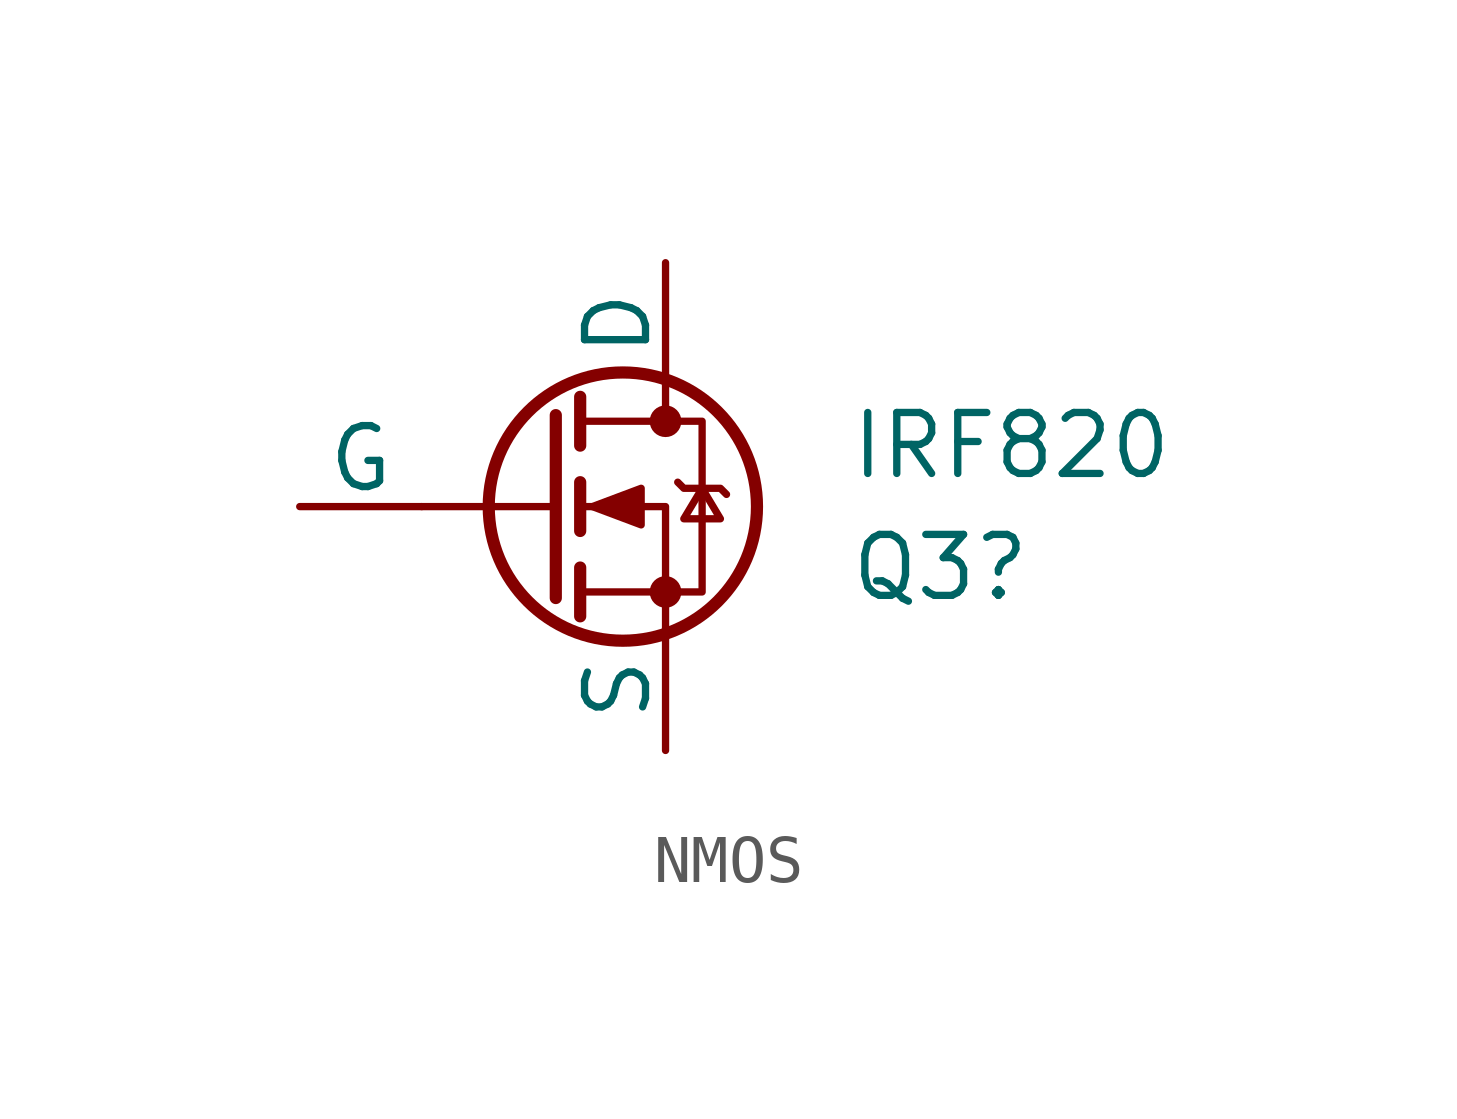
<source format=kicad_sym>
(kicad_symbol_lib
  (version 20220914)
  (generator kicad_symbol_editor)
  (symbol "NMOS"
    (pin_numbers hide)
    (pin_names
      (offset 0))
    (property "Reference" "Q3"
      (at 6.35 -1.27 0)
      (effects (font (size 1.27 1.27)) (justify left)))
    (property "Value" "IRF820"
      (at 6.35 1.27 0)
      (effects (font (size 1.27 1.27)) (justify left)))
    (symbol "NMOS_0_1"
      (polyline (pts (xy 0.254 0) (xy -2.54 0)) (stroke (width 0) (type default)) (fill (type none)))
      (polyline (pts (xy 0.254 1.905) (xy 0.254 -1.905)) (stroke (width 0.254) (type default)) (fill (type none)))
      (polyline (pts (xy 0.762 -1.27) (xy 0.762 -2.286)) (stroke (width 0.254) (type default)) (fill (type none)))
      (polyline (pts (xy 0.762 0.508) (xy 0.762 -0.508)) (stroke (width 0.254) (type default)) (fill (type none)))
      (polyline (pts (xy 0.762 2.286) (xy 0.762 1.27)) (stroke (width 0.254) (type default)) (fill (type none)))
      (polyline (pts (xy 2.54 2.54) (xy 2.54 1.778)) (stroke (width 0) (type default)) (fill (type none)))
      (polyline (pts (xy 2.54 -2.54) (xy 2.54 0) (xy 0.762 0)) (stroke (width 0) (type default)) (fill (type none)))
      (polyline (pts (xy 0.762 -1.778) (xy 3.302 -1.778) (xy 3.302 1.778) (xy 0.762 1.778)) (stroke (width 0) (type default)) (fill (type none)))
      (polyline (pts (xy 1.016 0) (xy 2.032 0.381) (xy 2.032 -0.381) (xy 1.016 0)) (stroke (width 0) (type default)) (fill (type outline)))
      (polyline (pts (xy 2.794 0.508) (xy 2.921 0.381) (xy 3.683 0.381) (xy 3.81 0.254)) (stroke (width 0) (type default)) (fill (type none)))
      (polyline (pts (xy 3.302 0.381) (xy 2.921 -0.254) (xy 3.683 -0.254) (xy 3.302 0.381)) (stroke (width 0) (type default)) (fill (type none)))
      (circle (center 1.651 0) (radius 2.794) (stroke (width 0.254) (type default)) (fill (type none)))
      (circle (center 2.54 -1.778) (radius 0.254) (stroke (width 0) (type default)) (fill (type outline)))
      (circle (center 2.54 1.778) (radius 0.254) (stroke (width 0) (type default)) (fill (type outline))))
    (symbol "NMOS_1_1"
      (pin passive line (at 2.54 5.08 270) (length 2.54) (name "D" (effects (font (size 1.27 1.27)))) (number "1" (effects (font (size 1.27 1.27)))))
      (pin input line (at -5.08 0 0) (length 2.54) (name "G" (effects (font (size 1.27 1.27)))) (number "2" (effects (font (size 1.27 1.27)))))
      (pin passive line (at 2.54 -5.08 90) (length 2.54) (name "S" (effects (font (size 1.27 1.27)))) (number "3" (effects (font (size 1.27 1.27))))))))
</source>
